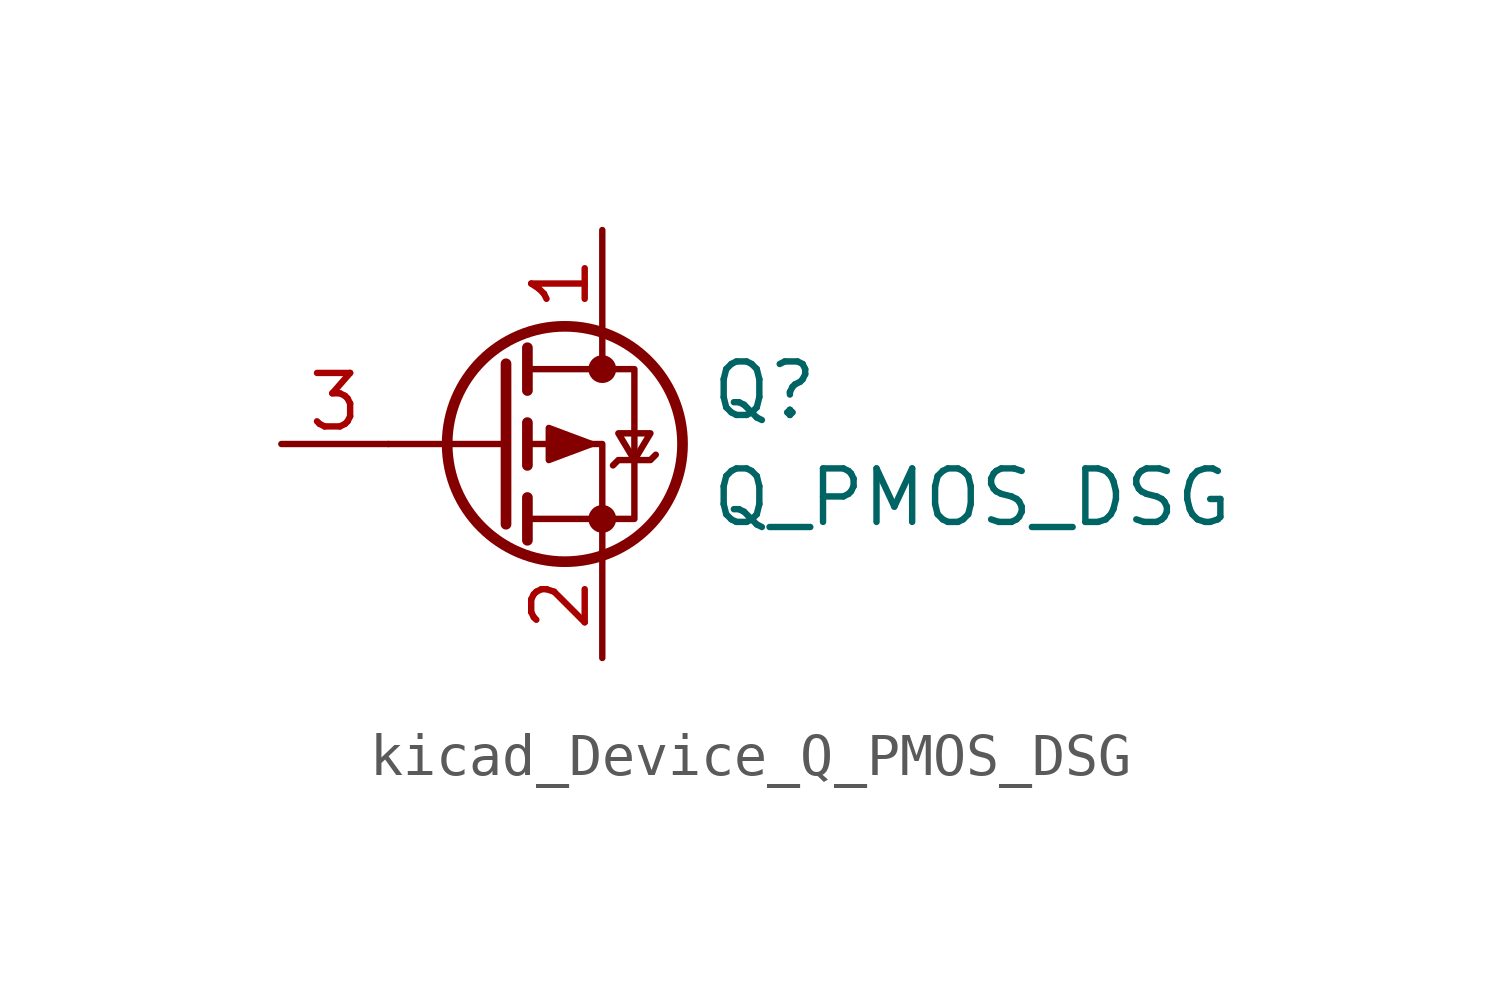
<source format=kicad_sym>
(kicad_symbol_lib
  (version 20220914)
  (generator kicad_symbol_editor)
  (symbol "kicad_Device_Q_PMOS_DSG"
    (pin_names
      (offset 0) hide)
    (property "Reference" "Q"
      (at 5.08 1.27 0)
      (effects (font (size 1.27 1.27)) (justify left)))
    (property "Value" "Q_PMOS_DSG"
      (at 5.08 -1.27 0)
      (effects (font (size 1.27 1.27)) (justify left)))
    (symbol "kicad_Device_Q_PMOS_DSG_0_1"
      (polyline (pts (xy 0.254 0) (xy -2.54 0)) (stroke (width 0) (type default)) (fill (type none)))
      (polyline (pts (xy 0.254 1.905) (xy 0.254 -1.905)) (stroke (width 0.254) (type default)) (fill (type none)))
      (polyline (pts (xy 0.762 -1.27) (xy 0.762 -2.286)) (stroke (width 0.254) (type default)) (fill (type none)))
      (polyline (pts (xy 0.762 0.508) (xy 0.762 -0.508)) (stroke (width 0.254) (type default)) (fill (type none)))
      (polyline (pts (xy 0.762 2.286) (xy 0.762 1.27)) (stroke (width 0.254) (type default)) (fill (type none)))
      (polyline (pts (xy 2.54 2.54) (xy 2.54 1.778)) (stroke (width 0) (type default)) (fill (type none)))
      (polyline (pts (xy 2.54 -2.54) (xy 2.54 0) (xy 0.762 0)) (stroke (width 0) (type default)) (fill (type none)))
      (polyline (pts (xy 0.762 1.778) (xy 3.302 1.778) (xy 3.302 -1.778) (xy 0.762 -1.778)) (stroke (width 0) (type default)) (fill (type none)))
      (polyline (pts (xy 2.286 0) (xy 1.27 0.381) (xy 1.27 -0.381) (xy 2.286 0)) (stroke (width 0) (type default)) (fill (type outline)))
      (polyline (pts (xy 2.794 -0.508) (xy 2.921 -0.381) (xy 3.683 -0.381) (xy 3.81 -0.254)) (stroke (width 0) (type default)) (fill (type none)))
      (polyline (pts (xy 3.302 -0.381) (xy 2.921 0.254) (xy 3.683 0.254) (xy 3.302 -0.381)) (stroke (width 0) (type default)) (fill (type none)))
      (circle (center 1.651 0) (radius 2.794) (stroke (width 0.254) (type default)) (fill (type none)))
      (circle (center 2.54 -1.778) (radius 0.254) (stroke (width 0) (type default)) (fill (type outline)))
      (circle (center 2.54 1.778) (radius 0.254) (stroke (width 0) (type default)) (fill (type outline))))
    (symbol "kicad_Device_Q_PMOS_DSG_1_1"
      (pin passive line (at 2.54 5.08 270) (length 2.54) (name "D" (effects (font (size 1.27 1.27)))) (number "1" (effects (font (size 1.27 1.27)))))
      (pin passive line (at 2.54 -5.08 90) (length 2.54) (name "S" (effects (font (size 1.27 1.27)))) (number "2" (effects (font (size 1.27 1.27)))))
      (pin input line (at -5.08 0 0) (length 2.54) (name "G" (effects (font (size 1.27 1.27)))) (number "3" (effects (font (size 1.27 1.27))))))))
</source>
